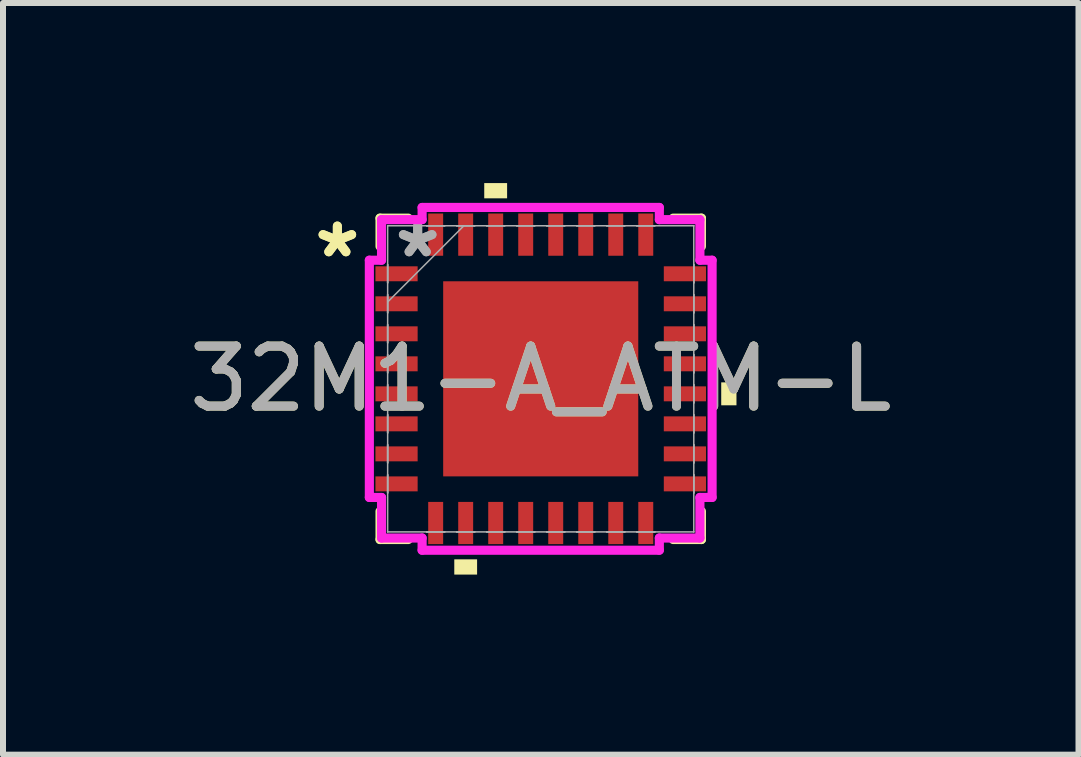
<source format=kicad_pcb>
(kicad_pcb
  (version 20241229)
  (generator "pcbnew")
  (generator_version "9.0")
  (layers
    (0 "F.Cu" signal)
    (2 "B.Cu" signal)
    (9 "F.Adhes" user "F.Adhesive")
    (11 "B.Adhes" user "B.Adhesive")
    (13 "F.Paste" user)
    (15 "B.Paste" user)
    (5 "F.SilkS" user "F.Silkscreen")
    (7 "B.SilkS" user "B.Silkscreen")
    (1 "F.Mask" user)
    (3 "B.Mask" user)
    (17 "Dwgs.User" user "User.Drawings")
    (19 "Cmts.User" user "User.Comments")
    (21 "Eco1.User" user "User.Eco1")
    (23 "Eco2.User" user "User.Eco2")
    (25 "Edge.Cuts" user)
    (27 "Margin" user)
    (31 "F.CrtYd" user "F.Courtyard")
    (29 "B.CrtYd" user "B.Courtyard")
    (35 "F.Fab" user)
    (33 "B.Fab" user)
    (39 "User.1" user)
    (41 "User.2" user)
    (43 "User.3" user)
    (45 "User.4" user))
  (footprint "32M1-A_ATM-L"
    (layer "F.Cu")
    (at 5.958 3.261)
    (property "Reference" "32M1-A_ATM-L" (at 0 0 0) (unlocked yes) (layer "F.SilkS") (effects (font (size 1 1) (thickness 0.15))))
    (attr smd)
    (fp_line (start -2.677 -2.677) (end -2.677 -2.207) (stroke (width 0.152) (type solid)) (layer "F.SilkS"))
    (fp_line (start -2.677 2.207) (end -2.677 2.677) (stroke (width 0.152) (type solid)) (layer "F.SilkS"))
    (fp_line (start -2.677 2.677) (end -2.207 2.677) (stroke (width 0.152) (type solid)) (layer "F.SilkS"))
    (fp_line (start -2.207 -2.677) (end -2.677 -2.677) (stroke (width 0.152) (type solid)) (layer "F.SilkS"))
    (fp_line (start 2.207 2.677) (end 2.677 2.677) (stroke (width 0.152) (type solid)) (layer "F.SilkS"))
    (fp_line (start 2.677 -2.677) (end 2.207 -2.677) (stroke (width 0.152) (type solid)) (layer "F.SilkS"))
    (fp_line (start 2.677 -2.207) (end 2.677 -2.677) (stroke (width 0.152) (type solid)) (layer "F.SilkS"))
    (fp_line (start 2.677 2.677) (end 2.677 2.207) (stroke (width 0.152) (type solid)) (layer "F.SilkS"))
    (fp_poly (pts (xy -1.44 3.007) (xy -1.44 3.261) (xy -1.06 3.261) (xy -1.06 3.007)) (stroke (width 0) (type solid)) (fill yes) (layer "F.SilkS"))
    (fp_poly (pts (xy -0.941 -3.007) (xy -0.941 -3.261) (xy -0.56 -3.261) (xy -0.56 -3.007)) (stroke (width 0) (type solid)) (fill yes) (layer "F.SilkS"))
    (fp_poly (pts (xy 3.261 0.059) (xy 3.261 0.441) (xy 3.007 0.441) (xy 3.007 0.059)) (stroke (width 0) (type solid)) (fill yes) (layer "F.SilkS"))
    (fp_poly (pts (xy -1.525 -1.525) (xy -1.525 -0.1) (xy -0.1 -0.1) (xy -0.1 -1.525)) (stroke (width 0) (type solid)) (fill yes) (layer "F.Paste"))
    (fp_poly (pts (xy -1.525 0.1) (xy -1.525 1.525) (xy -0.1 1.525) (xy -0.1 0.1)) (stroke (width 0) (type solid)) (fill yes) (layer "F.Paste"))
    (fp_poly (pts (xy 0.1 -1.525) (xy 0.1 -0.1) (xy 1.525 -0.1) (xy 1.525 -1.525)) (stroke (width 0) (type solid)) (fill yes) (layer "F.Paste"))
    (fp_poly (pts (xy 0.1 0.1) (xy 0.1 1.525) (xy 1.525 1.525) (xy 1.525 0.1)) (stroke (width 0) (type solid)) (fill yes) (layer "F.Paste"))
    (fp_line (start -2.855 -1.976) (end -2.652 -1.976) (stroke (width 0.152) (type solid)) (layer "F.CrtYd"))
    (fp_line (start -2.855 1.976) (end -2.855 -1.976) (stroke (width 0.152) (type solid)) (layer "F.CrtYd"))
    (fp_line (start -2.652 -2.652) (end -1.976 -2.652) (stroke (width 0.152) (type solid)) (layer "F.CrtYd"))
    (fp_line (start -2.652 -1.976) (end -2.652 -2.652) (stroke (width 0.152) (type solid)) (layer "F.CrtYd"))
    (fp_line (start -2.652 1.976) (end -2.855 1.976) (stroke (width 0.152) (type solid)) (layer "F.CrtYd"))
    (fp_line (start -2.652 2.652) (end -2.652 1.976) (stroke (width 0.152) (type solid)) (layer "F.CrtYd"))
    (fp_line (start -1.976 -2.855) (end 1.976 -2.855) (stroke (width 0.152) (type solid)) (layer "F.CrtYd"))
    (fp_line (start -1.976 -2.652) (end -1.976 -2.855) (stroke (width 0.152) (type solid)) (layer "F.CrtYd"))
    (fp_line (start -1.976 2.652) (end -2.652 2.652) (stroke (width 0.152) (type solid)) (layer "F.CrtYd"))
    (fp_line (start -1.976 2.855) (end -1.976 2.652) (stroke (width 0.152) (type solid)) (layer "F.CrtYd"))
    (fp_line (start 1.976 -2.855) (end 1.976 -2.652) (stroke (width 0.152) (type solid)) (layer "F.CrtYd"))
    (fp_line (start 1.976 -2.652) (end 2.652 -2.652) (stroke (width 0.152) (type solid)) (layer "F.CrtYd"))
    (fp_line (start 1.976 2.652) (end 1.976 2.855) (stroke (width 0.152) (type solid)) (layer "F.CrtYd"))
    (fp_line (start 1.976 2.855) (end -1.976 2.855) (stroke (width 0.152) (type solid)) (layer "F.CrtYd"))
    (fp_line (start 2.652 -2.652) (end 2.652 -1.976) (stroke (width 0.152) (type solid)) (layer "F.CrtYd"))
    (fp_line (start 2.652 -1.976) (end 2.855 -1.976) (stroke (width 0.152) (type solid)) (layer "F.CrtYd"))
    (fp_line (start 2.652 1.976) (end 2.652 2.652) (stroke (width 0.152) (type solid)) (layer "F.CrtYd"))
    (fp_line (start 2.652 2.652) (end 1.976 2.652) (stroke (width 0.152) (type solid)) (layer "F.CrtYd"))
    (fp_line (start 2.855 -1.976) (end 2.855 1.976) (stroke (width 0.152) (type solid)) (layer "F.CrtYd"))
    (fp_line (start 2.855 1.976) (end 2.652 1.976) (stroke (width 0.152) (type solid)) (layer "F.CrtYd"))
    (fp_line (start -2.55 -2.55) (end -2.55 -2.55) (stroke (width 0.025) (type solid)) (layer "F.Fab"))
    (fp_line (start -2.55 -2.55) (end -2.55 2.55) (stroke (width 0.025) (type solid)) (layer "F.Fab"))
    (fp_line (start -2.55 -1.9) (end -2.55 -1.9) (stroke (width 0.025) (type solid)) (layer "F.Fab"))
    (fp_line (start -2.55 -1.9) (end -2.55 -1.6) (stroke (width 0.025) (type solid)) (layer "F.Fab"))
    (fp_line (start -2.55 -1.6) (end -2.55 -1.9) (stroke (width 0.025) (type solid)) (layer "F.Fab"))
    (fp_line (start -2.55 -1.6) (end -2.55 -1.6) (stroke (width 0.025) (type solid)) (layer "F.Fab"))
    (fp_line (start -2.55 -1.4) (end -2.55 -1.4) (stroke (width 0.025) (type solid)) (layer "F.Fab"))
    (fp_line (start -2.55 -1.4) (end -2.55 -1.1) (stroke (width 0.025) (type solid)) (layer "F.Fab"))
    (fp_line (start -2.55 -1.28) (end -1.28 -2.55) (stroke (width 0.025) (type solid)) (layer "F.Fab"))
    (fp_line (start -2.55 -1.1) (end -2.55 -1.4) (stroke (width 0.025) (type solid)) (layer "F.Fab"))
    (fp_line (start -2.55 -1.1) (end -2.55 -1.1) (stroke (width 0.025) (type solid)) (layer "F.Fab"))
    (fp_line (start -2.55 -0.9) (end -2.55 -0.9) (stroke (width 0.025) (type solid)) (layer "F.Fab"))
    (fp_line (start -2.55 -0.9) (end -2.55 -0.6) (stroke (width 0.025) (type solid)) (layer "F.Fab"))
    (fp_line (start -2.55 -0.6) (end -2.55 -0.9) (stroke (width 0.025) (type solid)) (layer "F.Fab"))
    (fp_line (start -2.55 -0.6) (end -2.55 -0.6) (stroke (width 0.025) (type solid)) (layer "F.Fab"))
    (fp_line (start -2.55 -0.4) (end -2.55 -0.4) (stroke (width 0.025) (type solid)) (layer "F.Fab"))
    (fp_line (start -2.55 -0.4) (end -2.55 -0.1) (stroke (width 0.025) (type solid)) (layer "F.Fab"))
    (fp_line (start -2.55 -0.1) (end -2.55 -0.4) (stroke (width 0.025) (type solid)) (layer "F.Fab"))
    (fp_line (start -2.55 -0.1) (end -2.55 -0.1) (stroke (width 0.025) (type solid)) (layer "F.Fab"))
    (fp_line (start -2.55 0.1) (end -2.55 0.1) (stroke (width 0.025) (type solid)) (layer "F.Fab"))
    (fp_line (start -2.55 0.1) (end -2.55 0.4) (stroke (width 0.025) (type solid)) (layer "F.Fab"))
    (fp_line (start -2.55 0.4) (end -2.55 0.1) (stroke (width 0.025) (type solid)) (layer "F.Fab"))
    (fp_line (start -2.55 0.4) (end -2.55 0.4) (stroke (width 0.025) (type solid)) (layer "F.Fab"))
    (fp_line (start -2.55 0.6) (end -2.55 0.6) (stroke (width 0.025) (type solid)) (layer "F.Fab"))
    (fp_line (start -2.55 0.6) (end -2.55 0.9) (stroke (width 0.025) (type solid)) (layer "F.Fab"))
    (fp_line (start -2.55 0.9) (end -2.55 0.6) (stroke (width 0.025) (type solid)) (layer "F.Fab"))
    (fp_line (start -2.55 0.9) (end -2.55 0.9) (stroke (width 0.025) (type solid)) (layer "F.Fab"))
    (fp_line (start -2.55 1.1) (end -2.55 1.1) (stroke (width 0.025) (type solid)) (layer "F.Fab"))
    (fp_line (start -2.55 1.1) (end -2.55 1.4) (stroke (width 0.025) (type solid)) (layer "F.Fab"))
    (fp_line (start -2.55 1.4) (end -2.55 1.1) (stroke (width 0.025) (type solid)) (layer "F.Fab"))
    (fp_line (start -2.55 1.4) (end -2.55 1.4) (stroke (width 0.025) (type solid)) (layer "F.Fab"))
    (fp_line (start -2.55 1.6) (end -2.55 1.6) (stroke (width 0.025) (type solid)) (layer "F.Fab"))
    (fp_line (start -2.55 1.6) (end -2.55 1.9) (stroke (width 0.025) (type solid)) (layer "F.Fab"))
    (fp_line (start -2.55 1.9) (end -2.55 1.6) (stroke (width 0.025) (type solid)) (layer "F.Fab"))
    (fp_line (start -2.55 1.9) (end -2.55 1.9) (stroke (width 0.025) (type solid)) (layer "F.Fab"))
    (fp_line (start -2.55 2.55) (end -2.55 2.55) (stroke (width 0.025) (type solid)) (layer "F.Fab"))
    (fp_line (start -2.55 2.55) (end 2.55 2.55) (stroke (width 0.025) (type solid)) (layer "F.Fab"))
    (fp_line (start -1.9 -2.55) (end -1.9 -2.55) (stroke (width 0.025) (type solid)) (layer "F.Fab"))
    (fp_line (start -1.9 -2.55) (end -1.6 -2.55) (stroke (width 0.025) (type solid)) (layer "F.Fab"))
    (fp_line (start -1.9 2.55) (end -1.9 2.55) (stroke (width 0.025) (type solid)) (layer "F.Fab"))
    (fp_line (start -1.9 2.55) (end -1.6 2.55) (stroke (width 0.025) (type solid)) (layer "F.Fab"))
    (fp_line (start -1.6 -2.55) (end -1.9 -2.55) (stroke (width 0.025) (type solid)) (layer "F.Fab"))
    (fp_line (start -1.6 -2.55) (end -1.6 -2.55) (stroke (width 0.025) (type solid)) (layer "F.Fab"))
    (fp_line (start -1.6 2.55) (end -1.9 2.55) (stroke (width 0.025) (type solid)) (layer "F.Fab"))
    (fp_line (start -1.6 2.55) (end -1.6 2.55) (stroke (width 0.025) (type solid)) (layer "F.Fab"))
    (fp_line (start -1.4 -2.55) (end -1.4 -2.55) (stroke (width 0.025) (type solid)) (layer "F.Fab"))
    (fp_line (start -1.4 -2.55) (end -1.1 -2.55) (stroke (width 0.025) (type solid)) (layer "F.Fab"))
    (fp_line (start -1.4 2.55) (end -1.4 2.55) (stroke (width 0.025) (type solid)) (layer "F.Fab"))
    (fp_line (start -1.4 2.55) (end -1.1 2.55) (stroke (width 0.025) (type solid)) (layer "F.Fab"))
    (fp_line (start -1.1 -2.55) (end -1.4 -2.55) (stroke (width 0.025) (type solid)) (layer "F.Fab"))
    (fp_line (start -1.1 -2.55) (end -1.1 -2.55) (stroke (width 0.025) (type solid)) (layer "F.Fab"))
    (fp_line (start -1.1 2.55) (end -1.4 2.55) (stroke (width 0.025) (type solid)) (layer "F.Fab"))
    (fp_line (start -1.1 2.55) (end -1.1 2.55) (stroke (width 0.025) (type solid)) (layer "F.Fab"))
    (fp_line (start -0.9 -2.55) (end -0.9 -2.55) (stroke (width 0.025) (type solid)) (layer "F.Fab"))
    (fp_line (start -0.9 -2.55) (end -0.6 -2.55) (stroke (width 0.025) (type solid)) (layer "F.Fab"))
    (fp_line (start -0.9 2.55) (end -0.9 2.55) (stroke (width 0.025) (type solid)) (layer "F.Fab"))
    (fp_line (start -0.9 2.55) (end -0.6 2.55) (stroke (width 0.025) (type solid)) (layer "F.Fab"))
    (fp_line (start -0.6 -2.55) (end -0.9 -2.55) (stroke (width 0.025) (type solid)) (layer "F.Fab"))
    (fp_line (start -0.6 -2.55) (end -0.6 -2.55) (stroke (width 0.025) (type solid)) (layer "F.Fab"))
    (fp_line (start -0.6 2.55) (end -0.9 2.55) (stroke (width 0.025) (type solid)) (layer "F.Fab"))
    (fp_line (start -0.6 2.55) (end -0.6 2.55) (stroke (width 0.025) (type solid)) (layer "F.Fab"))
    (fp_line (start -0.4 -2.55) (end -0.4 -2.55) (stroke (width 0.025) (type solid)) (layer "F.Fab"))
    (fp_line (start -0.4 -2.55) (end -0.1 -2.55) (stroke (width 0.025) (type solid)) (layer "F.Fab"))
    (fp_line (start -0.4 2.55) (end -0.4 2.55) (stroke (width 0.025) (type solid)) (layer "F.Fab"))
    (fp_line (start -0.4 2.55) (end -0.1 2.55) (stroke (width 0.025) (type solid)) (layer "F.Fab"))
    (fp_line (start -0.1 -2.55) (end -0.4 -2.55) (stroke (width 0.025) (type solid)) (layer "F.Fab"))
    (fp_line (start -0.1 -2.55) (end -0.1 -2.55) (stroke (width 0.025) (type solid)) (layer "F.Fab"))
    (fp_line (start -0.1 2.55) (end -0.4 2.55) (stroke (width 0.025) (type solid)) (layer "F.Fab"))
    (fp_line (start -0.1 2.55) (end -0.1 2.55) (stroke (width 0.025) (type solid)) (layer "F.Fab"))
    (fp_line (start 0.1 -2.55) (end 0.1 -2.55) (stroke (width 0.025) (type solid)) (layer "F.Fab"))
    (fp_line (start 0.1 -2.55) (end 0.4 -2.55) (stroke (width 0.025) (type solid)) (layer "F.Fab"))
    (fp_line (start 0.1 2.55) (end 0.1 2.55) (stroke (width 0.025) (type solid)) (layer "F.Fab"))
    (fp_line (start 0.1 2.55) (end 0.4 2.55) (stroke (width 0.025) (type solid)) (layer "F.Fab"))
    (fp_line (start 0.4 -2.55) (end 0.1 -2.55) (stroke (width 0.025) (type solid)) (layer "F.Fab"))
    (fp_line (start 0.4 -2.55) (end 0.4 -2.55) (stroke (width 0.025) (type solid)) (layer "F.Fab"))
    (fp_line (start 0.4 2.55) (end 0.1 2.55) (stroke (width 0.025) (type solid)) (layer "F.Fab"))
    (fp_line (start 0.4 2.55) (end 0.4 2.55) (stroke (width 0.025) (type solid)) (layer "F.Fab"))
    (fp_line (start 0.6 -2.55) (end 0.6 -2.55) (stroke (width 0.025) (type solid)) (layer "F.Fab"))
    (fp_line (start 0.6 -2.55) (end 0.9 -2.55) (stroke (width 0.025) (type solid)) (layer "F.Fab"))
    (fp_line (start 0.6 2.55) (end 0.6 2.55) (stroke (width 0.025) (type solid)) (layer "F.Fab"))
    (fp_line (start 0.6 2.55) (end 0.9 2.55) (stroke (width 0.025) (type solid)) (layer "F.Fab"))
    (fp_line (start 0.9 -2.55) (end 0.6 -2.55) (stroke (width 0.025) (type solid)) (layer "F.Fab"))
    (fp_line (start 0.9 -2.55) (end 0.9 -2.55) (stroke (width 0.025) (type solid)) (layer "F.Fab"))
    (fp_line (start 0.9 2.55) (end 0.6 2.55) (stroke (width 0.025) (type solid)) (layer "F.Fab"))
    (fp_line (start 0.9 2.55) (end 0.9 2.55) (stroke (width 0.025) (type solid)) (layer "F.Fab"))
    (fp_line (start 1.1 -2.55) (end 1.1 -2.55) (stroke (width 0.025) (type solid)) (layer "F.Fab"))
    (fp_line (start 1.1 -2.55) (end 1.4 -2.55) (stroke (width 0.025) (type solid)) (layer "F.Fab"))
    (fp_line (start 1.1 2.55) (end 1.1 2.55) (stroke (width 0.025) (type solid)) (layer "F.Fab"))
    (fp_line (start 1.1 2.55) (end 1.4 2.55) (stroke (width 0.025) (type solid)) (layer "F.Fab"))
    (fp_line (start 1.4 -2.55) (end 1.1 -2.55) (stroke (width 0.025) (type solid)) (layer "F.Fab"))
    (fp_line (start 1.4 -2.55) (end 1.4 -2.55) (stroke (width 0.025) (type solid)) (layer "F.Fab"))
    (fp_line (start 1.4 2.55) (end 1.1 2.55) (stroke (width 0.025) (type solid)) (layer "F.Fab"))
    (fp_line (start 1.4 2.55) (end 1.4 2.55) (stroke (width 0.025) (type solid)) (layer "F.Fab"))
    (fp_line (start 1.6 -2.55) (end 1.6 -2.55) (stroke (width 0.025) (type solid)) (layer "F.Fab"))
    (fp_line (start 1.6 -2.55) (end 1.9 -2.55) (stroke (width 0.025) (type solid)) (layer "F.Fab"))
    (fp_line (start 1.6 2.55) (end 1.6 2.55) (stroke (width 0.025) (type solid)) (layer "F.Fab"))
    (fp_line (start 1.6 2.55) (end 1.9 2.55) (stroke (width 0.025) (type solid)) (layer "F.Fab"))
    (fp_line (start 1.9 -2.55) (end 1.6 -2.55) (stroke (width 0.025) (type solid)) (layer "F.Fab"))
    (fp_line (start 1.9 -2.55) (end 1.9 -2.55) (stroke (width 0.025) (type solid)) (layer "F.Fab"))
    (fp_line (start 1.9 2.55) (end 1.6 2.55) (stroke (width 0.025) (type solid)) (layer "F.Fab"))
    (fp_line (start 1.9 2.55) (end 1.9 2.55) (stroke (width 0.025) (type solid)) (layer "F.Fab"))
    (fp_line (start 2.55 -2.55) (end -2.55 -2.55) (stroke (width 0.025) (type solid)) (layer "F.Fab"))
    (fp_line (start 2.55 -2.55) (end 2.55 -2.55) (stroke (width 0.025) (type solid)) (layer "F.Fab"))
    (fp_line (start 2.55 -1.9) (end 2.55 -1.9) (stroke (width 0.025) (type solid)) (layer "F.Fab"))
    (fp_line (start 2.55 -1.9) (end 2.55 -1.6) (stroke (width 0.025) (type solid)) (layer "F.Fab"))
    (fp_line (start 2.55 -1.6) (end 2.55 -1.9) (stroke (width 0.025) (type solid)) (layer "F.Fab"))
    (fp_line (start 2.55 -1.6) (end 2.55 -1.6) (stroke (width 0.025) (type solid)) (layer "F.Fab"))
    (fp_line (start 2.55 -1.4) (end 2.55 -1.4) (stroke (width 0.025) (type solid)) (layer "F.Fab"))
    (fp_line (start 2.55 -1.4) (end 2.55 -1.1) (stroke (width 0.025) (type solid)) (layer "F.Fab"))
    (fp_line (start 2.55 -1.1) (end 2.55 -1.4) (stroke (width 0.025) (type solid)) (layer "F.Fab"))
    (fp_line (start 2.55 -1.1) (end 2.55 -1.1) (stroke (width 0.025) (type solid)) (layer "F.Fab"))
    (fp_line (start 2.55 -0.9) (end 2.55 -0.9) (stroke (width 0.025) (type solid)) (layer "F.Fab"))
    (fp_line (start 2.55 -0.9) (end 2.55 -0.6) (stroke (width 0.025) (type solid)) (layer "F.Fab"))
    (fp_line (start 2.55 -0.6) (end 2.55 -0.9) (stroke (width 0.025) (type solid)) (layer "F.Fab"))
    (fp_line (start 2.55 -0.6) (end 2.55 -0.6) (stroke (width 0.025) (type solid)) (layer "F.Fab"))
    (fp_line (start 2.55 -0.4) (end 2.55 -0.4) (stroke (width 0.025) (type solid)) (layer "F.Fab"))
    (fp_line (start 2.55 -0.4) (end 2.55 -0.1) (stroke (width 0.025) (type solid)) (layer "F.Fab"))
    (fp_line (start 2.55 -0.1) (end 2.55 -0.4) (stroke (width 0.025) (type solid)) (layer "F.Fab"))
    (fp_line (start 2.55 -0.1) (end 2.55 -0.1) (stroke (width 0.025) (type solid)) (layer "F.Fab"))
    (fp_line (start 2.55 0.1) (end 2.55 0.1) (stroke (width 0.025) (type solid)) (layer "F.Fab"))
    (fp_line (start 2.55 0.1) (end 2.55 0.4) (stroke (width 0.025) (type solid)) (layer "F.Fab"))
    (fp_line (start 2.55 0.4) (end 2.55 0.1) (stroke (width 0.025) (type solid)) (layer "F.Fab"))
    (fp_line (start 2.55 0.4) (end 2.55 0.4) (stroke (width 0.025) (type solid)) (layer "F.Fab"))
    (fp_line (start 2.55 0.6) (end 2.55 0.6) (stroke (width 0.025) (type solid)) (layer "F.Fab"))
    (fp_line (start 2.55 0.6) (end 2.55 0.9) (stroke (width 0.025) (type solid)) (layer "F.Fab"))
    (fp_line (start 2.55 0.9) (end 2.55 0.6) (stroke (width 0.025) (type solid)) (layer "F.Fab"))
    (fp_line (start 2.55 0.9) (end 2.55 0.9) (stroke (width 0.025) (type solid)) (layer "F.Fab"))
    (fp_line (start 2.55 1.1) (end 2.55 1.1) (stroke (width 0.025) (type solid)) (layer "F.Fab"))
    (fp_line (start 2.55 1.1) (end 2.55 1.4) (stroke (width 0.025) (type solid)) (layer "F.Fab"))
    (fp_line (start 2.55 1.4) (end 2.55 1.1) (stroke (width 0.025) (type solid)) (layer "F.Fab"))
    (fp_line (start 2.55 1.4) (end 2.55 1.4) (stroke (width 0.025) (type solid)) (layer "F.Fab"))
    (fp_line (start 2.55 1.6) (end 2.55 1.6) (stroke (width 0.025) (type solid)) (layer "F.Fab"))
    (fp_line (start 2.55 1.6) (end 2.55 1.9) (stroke (width 0.025) (type solid)) (layer "F.Fab"))
    (fp_line (start 2.55 1.9) (end 2.55 1.6) (stroke (width 0.025) (type solid)) (layer "F.Fab"))
    (fp_line (start 2.55 1.9) (end 2.55 1.9) (stroke (width 0.025) (type solid)) (layer "F.Fab"))
    (fp_line (start 2.55 2.55) (end 2.55 -2.55) (stroke (width 0.025) (type solid)) (layer "F.Fab"))
    (fp_line (start 2.55 2.55) (end 2.55 2.55) (stroke (width 0.025) (type solid)) (layer "F.Fab"))
    (fp_text user "*" (at -3.388 -2 0) (layer "F.SilkS") (effects (font (size 1 1) (thickness 0.15))))
    (fp_text user "*" (at -3.388 -2 0) (unlocked yes) (layer "F.SilkS") (effects (font (size 1 1) (thickness 0.15))))
    (fp_text user "*" (at -2.05 -2 0) (layer "F.Fab") (effects (font (size 1 1) (thickness 0.15))))
    (fp_text user "*" (at -2.05 -2 0) (unlocked yes) (layer "F.Fab") (effects (font (size 1 1) (thickness 0.15))))
    (fp_text user "${REFERENCE}" (at 0 0 0) (unlocked yes) (layer "F.Fab") (effects (font (size 1 1) (thickness 0.15))))
    (pad "1" smd rect (at -2.402 -1.75 90) (size 0.249 0.703) (layers "F.Cu" "F.Mask" "F.Paste"))
    (pad "2" smd rect (at -2.402 -1.25 90) (size 0.249 0.703) (layers "F.Cu" "F.Mask" "F.Paste"))
    (pad "3" smd rect (at -2.402 -0.75 90) (size 0.249 0.703) (layers "F.Cu" "F.Mask" "F.Paste"))
    (pad "4" smd rect (at -2.402 -0.25 90) (size 0.249 0.703) (layers "F.Cu" "F.Mask" "F.Paste"))
    (pad "5" smd rect (at -2.402 0.25 90) (size 0.249 0.703) (layers "F.Cu" "F.Mask" "F.Paste"))
    (pad "6" smd rect (at -2.402 0.75 90) (size 0.249 0.703) (layers "F.Cu" "F.Mask" "F.Paste"))
    (pad "7" smd rect (at -2.402 1.25 90) (size 0.249 0.703) (layers "F.Cu" "F.Mask" "F.Paste"))
    (pad "8" smd rect (at -2.402 1.75 90) (size 0.249 0.703) (layers "F.Cu" "F.Mask" "F.Paste"))
    (pad "9" smd rect (at -1.75 2.402) (size 0.249 0.703) (layers "F.Cu" "F.Mask" "F.Paste"))
    (pad "10" smd rect (at -1.25 2.402) (size 0.249 0.703) (layers "F.Cu" "F.Mask" "F.Paste"))
    (pad "11" smd rect (at -0.75 2.402) (size 0.249 0.703) (layers "F.Cu" "F.Mask" "F.Paste"))
    (pad "12" smd rect (at -0.25 2.402) (size 0.249 0.703) (layers "F.Cu" "F.Mask" "F.Paste"))
    (pad "13" smd rect (at 0.25 2.402) (size 0.249 0.703) (layers "F.Cu" "F.Mask" "F.Paste"))
    (pad "14" smd rect (at 0.75 2.402) (size 0.249 0.703) (layers "F.Cu" "F.Mask" "F.Paste"))
    (pad "15" smd rect (at 1.25 2.402) (size 0.249 0.703) (layers "F.Cu" "F.Mask" "F.Paste"))
    (pad "16" smd rect (at 1.75 2.402) (size 0.249 0.703) (layers "F.Cu" "F.Mask" "F.Paste"))
    (pad "17" smd rect (at 2.402 1.75 90) (size 0.249 0.703) (layers "F.Cu" "F.Mask" "F.Paste"))
    (pad "18" smd rect (at 2.402 1.25 90) (size 0.249 0.703) (layers "F.Cu" "F.Mask" "F.Paste"))
    (pad "19" smd rect (at 2.402 0.75 90) (size 0.249 0.703) (layers "F.Cu" "F.Mask" "F.Paste"))
    (pad "20" smd rect (at 2.402 0.25 90) (size 0.249 0.703) (layers "F.Cu" "F.Mask" "F.Paste"))
    (pad "21" smd rect (at 2.402 -0.25 90) (size 0.249 0.703) (layers "F.Cu" "F.Mask" "F.Paste"))
    (pad "22" smd rect (at 2.402 -0.75 90) (size 0.249 0.703) (layers "F.Cu" "F.Mask" "F.Paste"))
    (pad "23" smd rect (at 2.402 -1.25 90) (size 0.249 0.703) (layers "F.Cu" "F.Mask" "F.Paste"))
    (pad "24" smd rect (at 2.402 -1.75 90) (size 0.249 0.703) (layers "F.Cu" "F.Mask" "F.Paste"))
    (pad "25" smd rect (at 1.75 -2.402) (size 0.249 0.703) (layers "F.Cu" "F.Mask" "F.Paste"))
    (pad "26" smd rect (at 1.25 -2.402) (size 0.249 0.703) (layers "F.Cu" "F.Mask" "F.Paste"))
    (pad "27" smd rect (at 0.75 -2.402) (size 0.249 0.703) (layers "F.Cu" "F.Mask" "F.Paste"))
    (pad "28" smd rect (at 0.25 -2.402) (size 0.249 0.703) (layers "F.Cu" "F.Mask" "F.Paste"))
    (pad "29" smd rect (at -0.25 -2.402) (size 0.249 0.703) (layers "F.Cu" "F.Mask" "F.Paste"))
    (pad "30" smd rect (at -0.75 -2.402) (size 0.249 0.703) (layers "F.Cu" "F.Mask" "F.Paste"))
    (pad "31" smd rect (at -1.25 -2.402) (size 0.249 0.703) (layers "F.Cu" "F.Mask" "F.Paste"))
    (pad "32" smd rect (at -1.75 -2.402) (size 0.249 0.703) (layers "F.Cu" "F.Mask" "F.Paste"))
    (pad "33" smd rect (at 0 0) (size 3.25 3.25) (layers "F.Cu" "F.Mask" "F.Paste")))
  (gr_rect
    (start -3 -3)
    (end 14.917 9.522)
    (stroke (width 0.1) (type default))
    (fill no)
    (layer "Edge.Cuts")))
</source>
